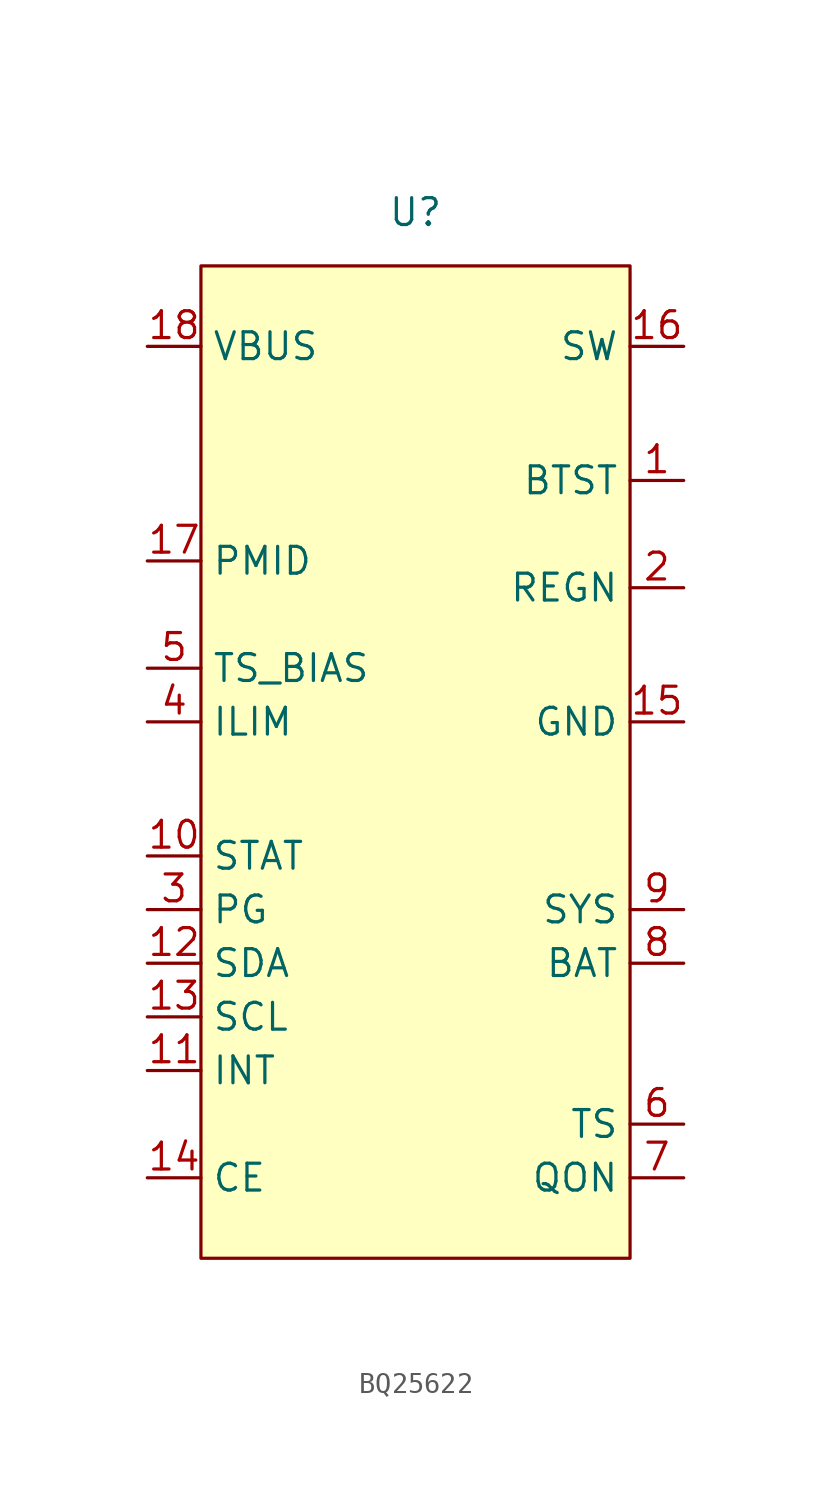
<source format=kicad_sym>
(kicad_symbol_lib
  (version 20220914)
  (generator kicad_symbol_editor)
  (symbol "BQ25622"
    (property "Reference" "U"
      (at 0 26.67 0)
      (effects (font (size 1.27 1.27))))
    (property "Value" ""
      (at 0 21.59 0)
      (effects (font (size 1.27 1.27))))
    (symbol "BQ25622_1_1"
      (rectangle (start -10.16 24.13) (end 10.16 -22.86) (stroke (width 0) (type default)) (fill (type background)))
      (pin power_in line (at 12.7 13.97 180) (length 2.54) (name "BTST" (effects (font (size 1.27 1.27)))) (number "1" (effects (font (size 1.27 1.27)))))
      (pin output line (at -12.7 -3.81 0) (length 2.54) (name "STAT" (effects (font (size 1.27 1.27)))) (number "10" (effects (font (size 1.27 1.27)))))
      (pin output line (at -12.7 -13.97 0) (length 2.54) (name "INT" (effects (font (size 1.27 1.27)))) (number "11" (effects (font (size 1.27 1.27)))))
      (pin bidirectional line (at -12.7 -8.89 0) (length 2.54) (name "SDA" (effects (font (size 1.27 1.27)))) (number "12" (effects (font (size 1.27 1.27)))))
      (pin input line (at -12.7 -11.43 0) (length 2.54) (name "SCL" (effects (font (size 1.27 1.27)))) (number "13" (effects (font (size 1.27 1.27)))))
      (pin input line (at -12.7 -19.05 0) (length 2.54) (name "CE" (effects (font (size 1.27 1.27)))) (number "14" (effects (font (size 1.27 1.27)))))
      (pin power_in line (at 12.7 2.54 180) (length 2.54) (name "GND" (effects (font (size 1.27 1.27)))) (number "15" (effects (font (size 1.27 1.27)))))
      (pin power_in line (at 12.7 20.32 180) (length 2.54) (name "SW" (effects (font (size 1.27 1.27)))) (number "16" (effects (font (size 1.27 1.27)))))
      (pin power_in line (at -12.7 10.16 0) (length 2.54) (name "PMID" (effects (font (size 1.27 1.27)))) (number "17" (effects (font (size 1.27 1.27)))))
      (pin power_in line (at -12.7 20.32 0) (length 2.54) (name "VBUS" (effects (font (size 1.27 1.27)))) (number "18" (effects (font (size 1.27 1.27)))))
      (pin power_in line (at 12.7 8.89 180) (length 2.54) (name "REGN" (effects (font (size 1.27 1.27)))) (number "2" (effects (font (size 1.27 1.27)))))
      (pin output line (at -12.7 -6.35 0) (length 2.54) (name "PG" (effects (font (size 1.27 1.27)))) (number "3" (effects (font (size 1.27 1.27)))))
      (pin bidirectional line (at -12.7 2.54 0) (length 2.54) (name "ILIM" (effects (font (size 1.27 1.27)))) (number "4" (effects (font (size 1.27 1.27)))) (alternate "D-" bidirectional line))
      (pin power_in line (at -12.7 5.08 0) (length 2.54) (name "TS_BIAS" (effects (font (size 1.27 1.27)))) (number "5" (effects (font (size 1.27 1.27)))) (alternate "D+" bidirectional line))
      (pin input line (at 12.7 -16.51 180) (length 2.54) (name "TS" (effects (font (size 1.27 1.27)))) (number "6" (effects (font (size 1.27 1.27)))))
      (pin input line (at 12.7 -19.05 180) (length 2.54) (name "QON" (effects (font (size 1.27 1.27)))) (number "7" (effects (font (size 1.27 1.27)))))
      (pin power_in line (at 12.7 -8.89 180) (length 2.54) (name "BAT" (effects (font (size 1.27 1.27)))) (number "8" (effects (font (size 1.27 1.27)))))
      (pin power_in line (at 12.7 -6.35 180) (length 2.54) (name "SYS" (effects (font (size 1.27 1.27)))) (number "9" (effects (font (size 1.27 1.27))))))))
</source>
